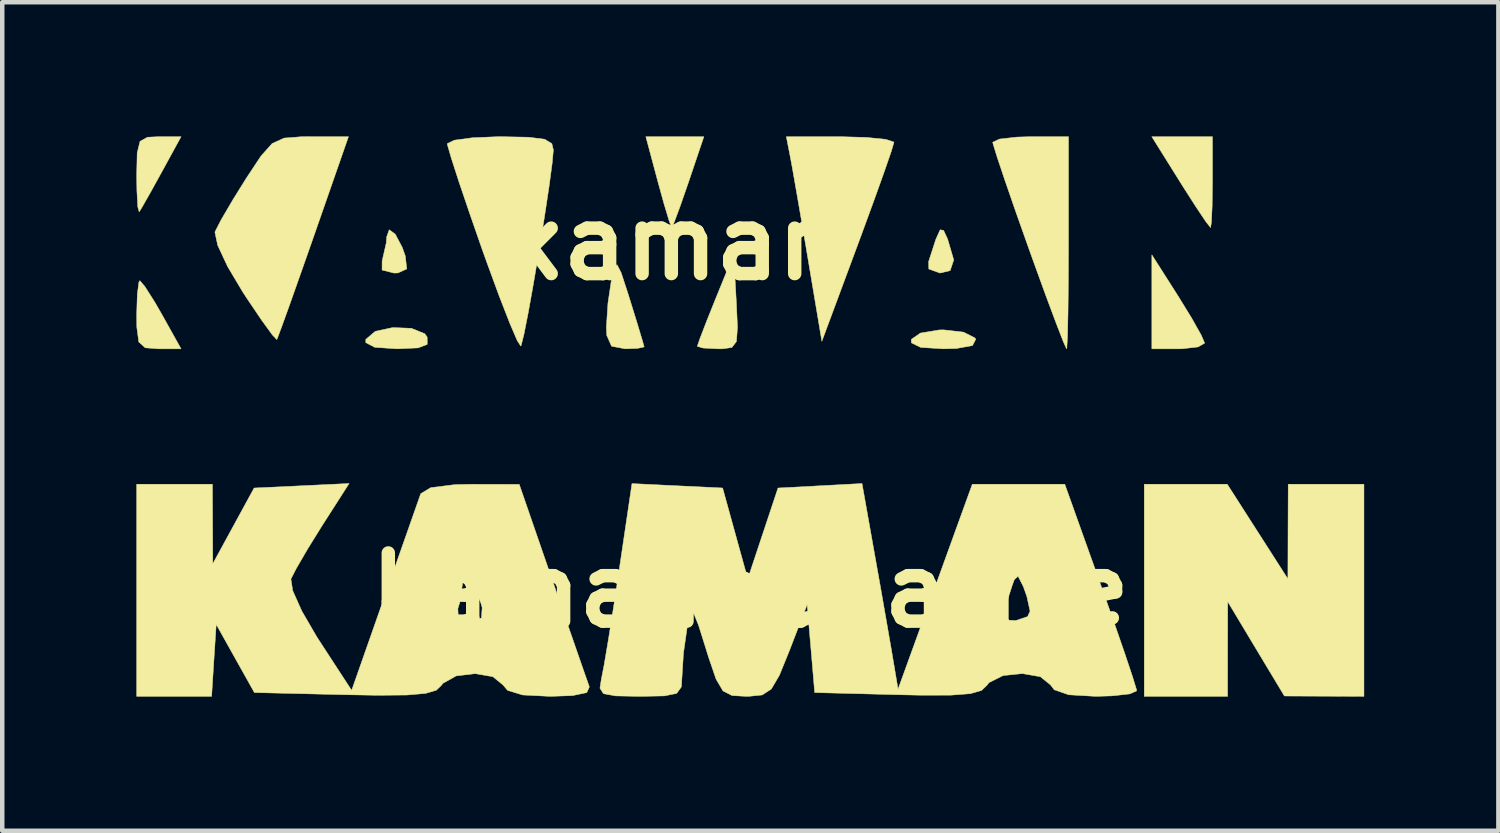
<source format=kicad_pcb>
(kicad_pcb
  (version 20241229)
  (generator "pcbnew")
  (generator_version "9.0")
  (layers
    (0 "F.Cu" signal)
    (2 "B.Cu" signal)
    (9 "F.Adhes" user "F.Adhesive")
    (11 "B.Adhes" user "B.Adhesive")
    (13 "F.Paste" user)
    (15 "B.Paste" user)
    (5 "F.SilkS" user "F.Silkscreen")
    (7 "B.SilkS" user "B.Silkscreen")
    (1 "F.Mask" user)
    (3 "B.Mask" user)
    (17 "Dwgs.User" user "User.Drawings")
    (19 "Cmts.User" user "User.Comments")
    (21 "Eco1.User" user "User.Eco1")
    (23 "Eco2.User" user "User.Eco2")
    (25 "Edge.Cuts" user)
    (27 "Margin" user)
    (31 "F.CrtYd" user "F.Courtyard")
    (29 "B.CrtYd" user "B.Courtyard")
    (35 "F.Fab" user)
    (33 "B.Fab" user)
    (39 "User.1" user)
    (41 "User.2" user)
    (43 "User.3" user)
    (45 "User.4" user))
  (footprint "kamannegative"
    (layer "F.Cu")
    (at 13.721 10.144)
    (property "Reference" "kamannegative" (at 0 0 0) (layer "F.SilkS") (effects (font (size 1.524 1.524) (thickness 0.3))))
    (attr through_hole)
    (fp_poly (pts (xy 12.016 -0.254) (xy 12.019 -1.312) (xy 12.023 -2.371) (xy 13.716 -2.371) (xy 13.716 2.371) (xy 11.938 2.363) (xy 11.304 1.309) (xy 10.671 0.254) (xy 10.669 1.312) (xy 10.668 2.371) (xy 8.805 2.371) (xy 8.805 -2.371) (xy 10.66 -2.371) (xy 12.016 -0.254)) (stroke (width 0.01) (type solid)) (fill yes) (layer "F.SilkS"))
    (fp_poly (pts (xy -9.57 -1.447) (xy -9.896 -0.922) (xy -10.15 -0.485) (xy -10.269 -0.252) (xy -10.228 0.01) (xy -10.024 0.466) (xy -9.692 1.038) (xy -9.639 1.12) (xy -8.911 2.237) (xy -8.269 0.409) (xy -6.537 0.409) (xy -6.526 0.622) (xy -6.272 0.677) (xy -6.01 0.621) (xy -5.994 0.389) (xy -6.019 0.296) (xy -6.171 -0.077) (xy -6.323 -0.274) (xy -6.422 -0.24) (xy -6.435 -0.132) (xy -6.496 0.277) (xy -6.537 0.409) (xy -8.269 0.409) (xy -8.177 0.145) (xy -7.896 -0.654) (xy -7.652 -1.347) (xy -7.47 -1.865) (xy -7.373 -2.142) (xy -7.367 -2.159) (xy -7.143 -2.294) (xy -6.6 -2.362) (xy -6.228 -2.369) (xy -5.165 -2.368) (xy -4.42 -0.21) (xy -4.14 0.602) (xy -3.895 1.308) (xy -3.71 1.84) (xy -3.607 2.133) (xy -3.598 2.159) (xy -3.655 2.287) (xy -3.974 2.354) (xy -4.475 2.371) (xy -5.089 2.34) (xy -5.426 2.237) (xy -5.527 2.117) (xy -5.755 1.931) (xy -6.153 1.863) (xy -6.575 1.914) (xy -6.873 2.081) (xy -6.902 2.122) (xy -7.019 2.234) (xy -7.258 2.305) (xy -7.676 2.341) (xy -8.33 2.347) (xy -9.066 2.334) (xy -11.085 2.286) (xy -11.512 1.524) (xy -11.938 0.762) (xy -11.99 1.566) (xy -12.041 2.371) (xy -13.716 2.371) (xy -13.716 -2.371) (xy -12.023 -2.371) (xy -12.019 -1.482) (xy -12.015 -0.593) (xy -11.091 -2.286) (xy -10.03 -2.336) (xy -8.968 -2.387) (xy -9.57 -1.447)) (stroke (width 0.01) (type solid)) (fill yes) (layer "F.SilkS"))
    (fp_poly (pts (xy 2.777 -0.812) (xy 2.918 -0.021) (xy 3.05 0.734) (xy 3.153 1.328) (xy 3.18 1.487) (xy 3.302 2.211) (xy 3.891 0.586) (xy 5.679 0.586) (xy 5.786 0.669) (xy 5.932 0.677) (xy 6.198 0.588) (xy 6.253 0.466) (xy 6.182 0.141) (xy 6.102 -0.085) (xy 5.985 -0.314) (xy 5.901 -0.237) (xy 5.86 -0.127) (xy 5.706 0.348) (xy 5.679 0.586) (xy 3.891 0.586) (xy 4.962 -2.371) (xy 7.029 -2.371) (xy 7.832 -0.123) (xy 8.122 0.695) (xy 8.365 1.398) (xy 8.541 1.924) (xy 8.63 2.214) (xy 8.636 2.248) (xy 8.483 2.316) (xy 8.089 2.36) (xy 7.723 2.371) (xy 7.119 2.336) (xy 6.794 2.224) (xy 6.712 2.117) (xy 6.484 1.932) (xy 6.082 1.862) (xy 5.651 1.906) (xy 5.336 2.063) (xy 5.29 2.123) (xy 5.168 2.239) (xy 4.918 2.311) (xy 4.483 2.344) (xy 3.802 2.345) (xy 3.292 2.334) (xy 1.439 2.286) (xy 1.355 1.303) (xy 1.27 0.321) (xy 0.875 1.346) (xy 0.65 1.9) (xy 0.47 2.207) (xy 0.266 2.34) (xy -0.03 2.37) (xy -0.092 2.371) (xy -0.408 2.353) (xy -0.611 2.249) (xy -0.766 1.985) (xy -0.936 1.487) (xy -0.984 1.331) (xy -1.157 0.781) (xy -1.263 0.521) (xy -1.331 0.517) (xy -1.391 0.736) (xy -1.414 0.845) (xy -1.494 1.404) (xy -1.524 1.884) (xy -1.541 2.16) (xy -1.646 2.305) (xy -1.923 2.361) (xy -2.453 2.371) (xy -2.474 2.371) (xy -3.01 2.361) (xy -3.282 2.311) (xy -3.361 2.188) (xy -3.33 1.99) (xy -3.269 1.676) (xy -3.173 1.109) (xy -3.056 0.372) (xy -2.941 -0.388) (xy -2.645 -2.385) (xy -0.619 -2.286) (xy -0.338 -1.27) (xy -0.057 -0.254) (xy 0.281 -1.27) (xy 0.619 -2.286) (xy 1.558 -2.336) (xy 2.497 -2.386) (xy 2.777 -0.812)) (stroke (width 0.01) (type solid)) (fill yes) (layer "F.SilkS")))
  (footprint "kaman"
    (layer "F.Cu")
    (at 12.028 2.376)
    (property "Reference" "kaman" (at 0 0 0) (layer "F.SilkS") (effects (font (size 1.524 1.524) (thickness 0.3))))
    (attr through_hole)
    (fp_poly (pts (xy 0.312 -1.355) (xy 0.13 -0.831) (xy -0.006 -0.464) (xy -0.064 -0.339) (xy -0.121 -0.488) (xy -0.238 -0.877) (xy -0.37 -1.355) (xy -0.642 -2.371) (xy 0.655 -2.371) (xy 0.312 -1.355)) (stroke (width 0.01) (type solid)) (fill yes) (layer "F.SilkS"))
    (fp_poly (pts (xy 6.013 -0.276) (xy 6.102 -0.085) (xy 6.24 0.383) (xy 6.16 0.623) (xy 5.932 0.677) (xy 5.683 0.587) (xy 5.678 0.423) (xy 5.838 -0.072) (xy 5.936 -0.29) (xy 6.013 -0.276)) (stroke (width 0.01) (type solid)) (fill yes) (layer "F.SilkS"))
    (fp_poly (pts (xy 11.256 1.193) (xy 11.56 1.688) (xy 11.774 2.069) (xy 11.849 2.244) (xy 11.703 2.328) (xy 11.339 2.37) (xy 11.261 2.371) (xy 10.668 2.371) (xy 10.668 0.27) (xy 11.256 1.193)) (stroke (width 0.01) (type solid)) (fill yes) (layer "F.SilkS"))
    (fp_poly (pts (xy 12.023 -1.355) (xy 12.016 -0.819) (xy 11.999 -0.451) (xy 11.98 -0.339) (xy 11.876 -0.471) (xy 11.644 -0.818) (xy 11.33 -1.309) (xy 11.302 -1.355) (xy 10.667 -2.371) (xy 12.023 -2.371) (xy 12.023 -1.355)) (stroke (width 0.01) (type solid)) (fill yes) (layer "F.SilkS"))
    (fp_poly (pts (xy -6.243 -0.192) (xy -6.085 0.108) (xy -6.019 0.296) (xy -5.986 0.585) (xy -6.184 0.675) (xy -6.272 0.677) (xy -6.538 0.61) (xy -6.537 0.409) (xy -6.444 0.003) (xy -6.435 -0.132) (xy -6.378 -0.291) (xy -6.243 -0.192)) (stroke (width 0.01) (type solid)) (fill yes) (layer "F.SilkS"))
    (fp_poly (pts (xy -5.884 1.912) (xy -5.583 2.033) (xy -5.53 2.108) (xy -5.528 2.271) (xy -5.731 2.35) (xy -6.2 2.371) (xy -6.702 2.337) (xy -6.902 2.232) (xy -6.901 2.159) (xy -6.69 1.98) (xy -6.302 1.896) (xy -5.884 1.912)) (stroke (width 0.01) (type solid)) (fill yes) (layer "F.SilkS"))
    (fp_poly (pts (xy -11.838 0.981) (xy -11.62 1.325) (xy -11.456 1.609) (xy -11.031 2.371) (xy -11.527 2.371) (xy -11.832 2.348) (xy -11.976 2.217) (xy -12.02 1.887) (xy -12.023 1.609) (xy -12.009 1.154) (xy -11.973 0.881) (xy -11.952 0.847) (xy -11.838 0.981)) (stroke (width 0.01) (type solid)) (fill yes) (layer "F.SilkS"))
    (fp_poly (pts (xy -11.471 -1.566) (xy -11.725 -1.107) (xy -11.909 -0.784) (xy -11.967 -0.691) (xy -11.998 -0.802) (xy -12.018 -1.162) (xy -12.023 -1.496) (xy -12.012 -2.008) (xy -11.948 -2.267) (xy -11.782 -2.359) (xy -11.527 -2.371) (xy -11.031 -2.371) (xy -11.471 -1.566)) (stroke (width 0.01) (type solid)) (fill yes) (layer "F.SilkS"))
    (fp_poly (pts (xy 1.38 1.316) (xy 1.406 1.892) (xy 1.383 2.207) (xy 1.281 2.341) (xy 1.069 2.371) (xy 0.974 2.371) (xy 0.635 2.353) (xy 0.508 2.315) (xy 0.567 2.141) (xy 0.72 1.744) (xy 0.914 1.26) (xy 1.321 0.261) (xy 1.38 1.316)) (stroke (width 0.01) (type solid)) (fill yes) (layer "F.SilkS"))
    (fp_poly (pts (xy 6.459 1.998) (xy 6.714 2.127) (xy 6.731 2.159) (xy 6.659 2.298) (xy 6.301 2.363) (xy 6.011 2.371) (xy 5.502 2.339) (xy 5.293 2.237) (xy 5.292 2.159) (xy 5.495 2.019) (xy 5.914 1.949) (xy 6.011 1.947) (xy 6.459 1.998)) (stroke (width 0.01) (type solid)) (fill yes) (layer "F.SilkS"))
    (fp_poly (pts (xy -1.195 0.667) (xy -1.044 1.128) (xy -0.993 1.291) (xy -0.83 1.818) (xy -0.717 2.195) (xy -0.68 2.328) (xy -0.823 2.36) (xy -1.101 2.371) (xy -1.408 2.313) (xy -1.516 2.07) (xy -1.524 1.884) (xy -1.489 1.351) (xy -1.414 0.846) (xy -1.349 0.56) (xy -1.287 0.489) (xy -1.195 0.667)) (stroke (width 0.01) (type solid)) (fill yes) (layer "F.SilkS"))
    (fp_poly (pts (xy 4.293 -2.354) (xy 4.72 -2.311) (xy 4.902 -2.251) (xy 4.903 -2.244) (xy 4.845 -2.046) (xy 4.689 -1.594) (xy 4.458 -0.949) (xy 4.174 -0.173) (xy 4.094 0.043) (xy 3.292 2.202) (xy 2.986 0.382) (xy 2.851 -0.415) (xy 2.727 -1.131) (xy 2.632 -1.673) (xy 2.589 -1.905) (xy 2.498 -2.371) (xy 3.704 -2.371) (xy 4.293 -2.354)) (stroke (width 0.01) (type solid)) (fill yes) (layer "F.SilkS"))
    (fp_poly (pts (xy 8.805 0) (xy 8.802 0.852) (xy 8.794 1.568) (xy 8.783 2.088) (xy 8.768 2.351) (xy 8.762 2.371) (xy 8.693 2.22) (xy 8.533 1.808) (xy 8.302 1.19) (xy 8.024 0.424) (xy 7.916 0.123) (xy 7.626 -0.695) (xy 7.383 -1.398) (xy 7.207 -1.924) (xy 7.118 -2.214) (xy 7.112 -2.248) (xy 7.264 -2.318) (xy 7.654 -2.362) (xy 7.959 -2.371) (xy 8.805 -2.371) (xy 8.805 0)) (stroke (width 0.01) (type solid)) (fill yes) (layer "F.SilkS"))
    (fp_poly (pts (xy -8.071 -0.127) (xy -8.356 0.684) (xy -8.599 1.371) (xy -8.781 1.876) (xy -8.88 2.14) (xy -8.891 2.164) (xy -8.993 2.056) (xy -9.231 1.728) (xy -9.559 1.243) (xy -9.648 1.107) (xy -9.991 0.531) (xy -10.212 0.057) (xy -10.274 -0.233) (xy -10.269 -0.252) (xy -10.13 -0.522) (xy -9.866 -0.972) (xy -9.575 -1.439) (xy -9.244 -1.939) (xy -8.995 -2.218) (xy -8.726 -2.34) (xy -8.339 -2.37) (xy -8.134 -2.371) (xy -7.289 -2.371) (xy -8.071 -0.127)) (stroke (width 0.01) (type solid)) (fill yes) (layer "F.SilkS"))
    (fp_poly (pts (xy -3.266 -2.359) (xy -2.905 -2.314) (xy -2.743 -2.216) (xy -2.709 -2.074) (xy -2.736 -1.777) (xy -2.806 -1.253) (xy -2.908 -0.58) (xy -3.027 0.163) (xy -3.152 0.9) (xy -3.269 1.553) (xy -3.366 2.043) (xy -3.429 2.294) (xy -3.438 2.309) (xy -3.517 2.186) (xy -3.684 1.797) (xy -3.917 1.199) (xy -4.194 0.445) (xy -4.296 0.161) (xy -4.58 -0.656) (xy -4.819 -1.36) (xy -4.99 -1.89) (xy -5.075 -2.183) (xy -5.08 -2.216) (xy -4.925 -2.292) (xy -4.517 -2.347) (xy -3.942 -2.371) (xy -3.895 -2.371) (xy -3.266 -2.359)) (stroke (width 0.01) (type solid)) (fill yes) (layer "F.SilkS")))
  (gr_rect
    (start -3 -3)
    (end 30.442 15.519)
    (stroke (width 0.1) (type default))
    (fill no)
    (layer "Edge.Cuts")))
</source>
